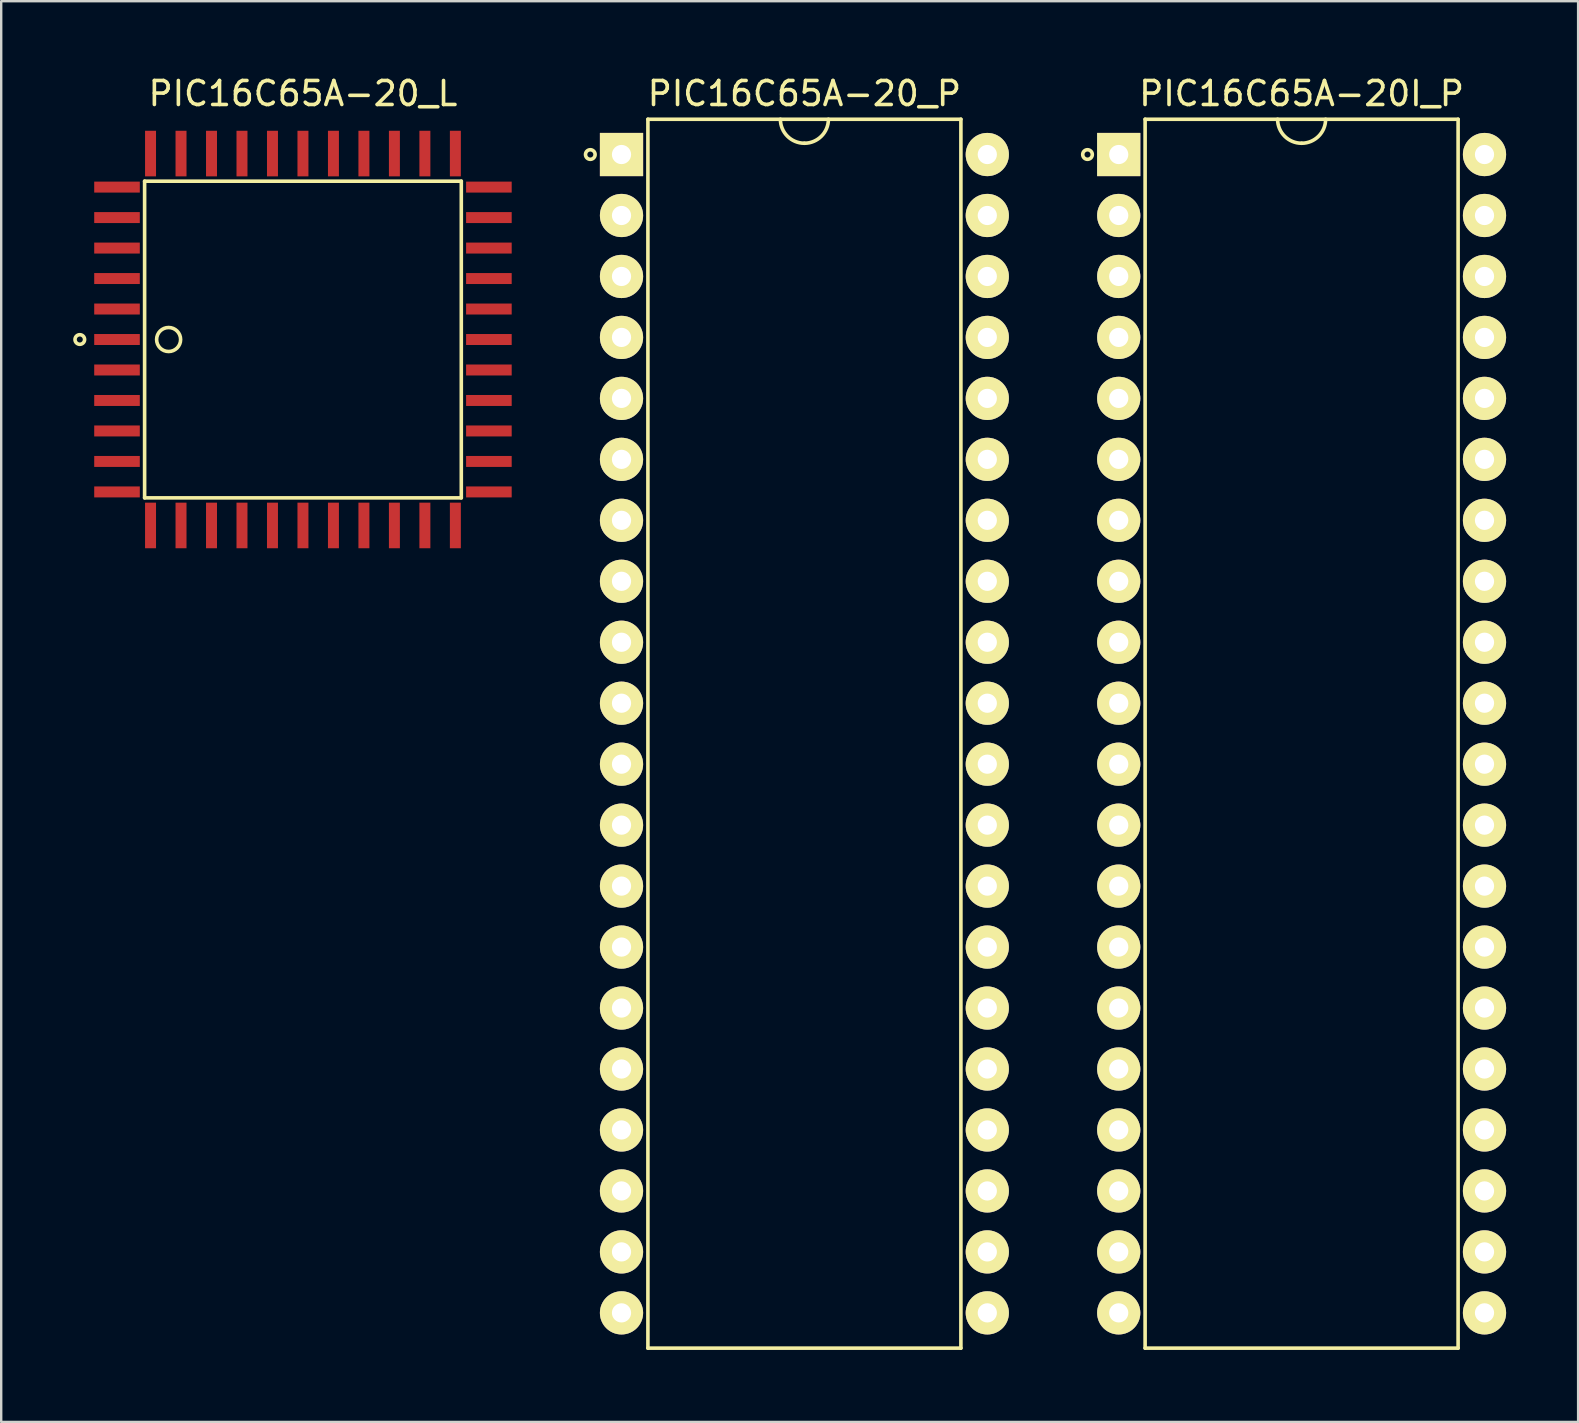
<source format=kicad_pcb>
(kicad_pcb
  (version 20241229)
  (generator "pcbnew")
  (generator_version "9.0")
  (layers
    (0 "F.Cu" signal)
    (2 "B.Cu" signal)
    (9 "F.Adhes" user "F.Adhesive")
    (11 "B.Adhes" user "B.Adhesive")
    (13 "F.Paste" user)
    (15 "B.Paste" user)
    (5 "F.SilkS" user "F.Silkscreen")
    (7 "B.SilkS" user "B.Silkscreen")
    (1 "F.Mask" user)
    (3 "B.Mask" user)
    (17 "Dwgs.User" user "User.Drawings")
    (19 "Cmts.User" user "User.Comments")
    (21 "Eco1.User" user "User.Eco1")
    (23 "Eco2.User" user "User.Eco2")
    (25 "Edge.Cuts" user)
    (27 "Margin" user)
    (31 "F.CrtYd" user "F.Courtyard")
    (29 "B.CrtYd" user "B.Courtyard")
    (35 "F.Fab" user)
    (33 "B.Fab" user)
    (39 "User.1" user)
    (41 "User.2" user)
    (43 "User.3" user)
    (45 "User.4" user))
  (footprint "PIC16C65A-20_P"
    (layer "F.Cu")
    (at 22.844 3.388)
    (property "Reference" "PIC16C65A-20_P" (at 7.62 -2.54 0) (layer "F.SilkS") (effects (font (size 1 1) (thickness 0.15))))
    (attr through_hole)
    (fp_line (start 1.1 -1.47) (end 14.14 -1.47) (stroke (width 0.15) (type solid)) (layer "F.SilkS"))
    (fp_line (start 1.1 49.73) (end 1.1 -1.47) (stroke (width 0.15) (type solid)) (layer "F.SilkS"))
    (fp_line (start 14.14 -1.47) (end 14.14 49.73) (stroke (width 0.15) (type solid)) (layer "F.SilkS"))
    (fp_line (start 14.14 49.73) (end 1.1 49.73) (stroke (width 0.15) (type solid)) (layer "F.SilkS"))
    (fp_arc (start 7.62 -0.47) (mid 6.912893 -0.762893) (end 6.62 -1.47) (stroke (width 0.15) (type solid)) (layer "F.SilkS"))
    (fp_arc (start 8.62 -1.47) (mid 8.327107 -0.762893) (end 7.62 -0.47) (stroke (width 0.15) (type solid)) (layer "F.SilkS"))
    (fp_circle (center -1.3 0) (end -1.3 0.2) (stroke (width 0.15) (type solid)) (fill no) (layer "F.SilkS"))
    (pad "1" thru_hole rect (at 0 0) (size 1.8 1.8) (drill 0.8) (layers "*.Cu" "*.Mask" "F.SilkS"))
    (pad "2" thru_hole circle (at 0 2.54) (size 1.8 1.8) (drill 0.8) (layers "*.Cu" "*.Mask" "F.SilkS"))
    (pad "3" thru_hole circle (at 0 5.08) (size 1.8 1.8) (drill 0.8) (layers "*.Cu" "*.Mask" "F.SilkS"))
    (pad "4" thru_hole circle (at 0 7.62) (size 1.8 1.8) (drill 0.8) (layers "*.Cu" "*.Mask" "F.SilkS"))
    (pad "5" thru_hole circle (at 0 10.16) (size 1.8 1.8) (drill 0.8) (layers "*.Cu" "*.Mask" "F.SilkS"))
    (pad "6" thru_hole circle (at 0 12.7) (size 1.8 1.8) (drill 0.8) (layers "*.Cu" "*.Mask" "F.SilkS"))
    (pad "7" thru_hole circle (at 0 15.24) (size 1.8 1.8) (drill 0.8) (layers "*.Cu" "*.Mask" "F.SilkS"))
    (pad "8" thru_hole circle (at 0 17.78) (size 1.8 1.8) (drill 0.8) (layers "*.Cu" "*.Mask" "F.SilkS"))
    (pad "9" thru_hole circle (at 0 20.32) (size 1.8 1.8) (drill 0.8) (layers "*.Cu" "*.Mask" "F.SilkS"))
    (pad "10" thru_hole circle (at 0 22.86) (size 1.8 1.8) (drill 0.8) (layers "*.Cu" "*.Mask" "F.SilkS"))
    (pad "11" thru_hole circle (at 0 25.4) (size 1.8 1.8) (drill 0.8) (layers "*.Cu" "*.Mask" "F.SilkS"))
    (pad "12" thru_hole circle (at 0 27.94) (size 1.8 1.8) (drill 0.8) (layers "*.Cu" "*.Mask" "F.SilkS"))
    (pad "13" thru_hole circle (at 0 30.48) (size 1.8 1.8) (drill 0.8) (layers "*.Cu" "*.Mask" "F.SilkS"))
    (pad "14" thru_hole circle (at 0 33.02) (size 1.8 1.8) (drill 0.8) (layers "*.Cu" "*.Mask" "F.SilkS"))
    (pad "15" thru_hole circle (at 0 35.56) (size 1.8 1.8) (drill 0.8) (layers "*.Cu" "*.Mask" "F.SilkS"))
    (pad "16" thru_hole circle (at 0 38.1) (size 1.8 1.8) (drill 0.8) (layers "*.Cu" "*.Mask" "F.SilkS"))
    (pad "17" thru_hole circle (at 0 40.64) (size 1.8 1.8) (drill 0.8) (layers "*.Cu" "*.Mask" "F.SilkS"))
    (pad "18" thru_hole circle (at 0 43.18) (size 1.8 1.8) (drill 0.8) (layers "*.Cu" "*.Mask" "F.SilkS"))
    (pad "19" thru_hole circle (at 0 45.72) (size 1.8 1.8) (drill 0.8) (layers "*.Cu" "*.Mask" "F.SilkS"))
    (pad "20" thru_hole circle (at 0 48.26) (size 1.8 1.8) (drill 0.8) (layers "*.Cu" "*.Mask" "F.SilkS"))
    (pad "21" thru_hole circle (at 15.24 48.26) (size 1.8 1.8) (drill 0.8) (layers "*.Cu" "*.Mask" "F.SilkS"))
    (pad "22" thru_hole circle (at 15.24 45.72) (size 1.8 1.8) (drill 0.8) (layers "*.Cu" "*.Mask" "F.SilkS"))
    (pad "23" thru_hole circle (at 15.24 43.18) (size 1.8 1.8) (drill 0.8) (layers "*.Cu" "*.Mask" "F.SilkS"))
    (pad "24" thru_hole circle (at 15.24 40.64) (size 1.8 1.8) (drill 0.8) (layers "*.Cu" "*.Mask" "F.SilkS"))
    (pad "25" thru_hole circle (at 15.24 38.1) (size 1.8 1.8) (drill 0.8) (layers "*.Cu" "*.Mask" "F.SilkS"))
    (pad "26" thru_hole circle (at 15.24 35.56) (size 1.8 1.8) (drill 0.8) (layers "*.Cu" "*.Mask" "F.SilkS"))
    (pad "27" thru_hole circle (at 15.24 33.02) (size 1.8 1.8) (drill 0.8) (layers "*.Cu" "*.Mask" "F.SilkS"))
    (pad "28" thru_hole circle (at 15.24 30.48) (size 1.8 1.8) (drill 0.8) (layers "*.Cu" "*.Mask" "F.SilkS"))
    (pad "29" thru_hole circle (at 15.24 27.94) (size 1.8 1.8) (drill 0.8) (layers "*.Cu" "*.Mask" "F.SilkS"))
    (pad "30" thru_hole circle (at 15.24 25.4) (size 1.8 1.8) (drill 0.8) (layers "*.Cu" "*.Mask" "F.SilkS"))
    (pad "31" thru_hole circle (at 15.24 22.86) (size 1.8 1.8) (drill 0.8) (layers "*.Cu" "*.Mask" "F.SilkS"))
    (pad "32" thru_hole circle (at 15.24 20.32) (size 1.8 1.8) (drill 0.8) (layers "*.Cu" "*.Mask" "F.SilkS"))
    (pad "33" thru_hole circle (at 15.24 17.78) (size 1.8 1.8) (drill 0.8) (layers "*.Cu" "*.Mask" "F.SilkS"))
    (pad "34" thru_hole circle (at 15.24 15.24) (size 1.8 1.8) (drill 0.8) (layers "*.Cu" "*.Mask" "F.SilkS"))
    (pad "35" thru_hole circle (at 15.24 12.7) (size 1.8 1.8) (drill 0.8) (layers "*.Cu" "*.Mask" "F.SilkS"))
    (pad "36" thru_hole circle (at 15.24 10.16) (size 1.8 1.8) (drill 0.8) (layers "*.Cu" "*.Mask" "F.SilkS"))
    (pad "37" thru_hole circle (at 15.24 7.62) (size 1.8 1.8) (drill 0.8) (layers "*.Cu" "*.Mask" "F.SilkS"))
    (pad "38" thru_hole circle (at 15.24 5.08) (size 1.8 1.8) (drill 0.8) (layers "*.Cu" "*.Mask" "F.SilkS"))
    (pad "39" thru_hole circle (at 15.24 2.54) (size 1.8 1.8) (drill 0.8) (layers "*.Cu" "*.Mask" "F.SilkS"))
    (pad "40" thru_hole circle (at 15.24 0) (size 1.8 1.8) (drill 0.8) (layers "*.Cu" "*.Mask" "F.SilkS")))
  (footprint "PIC16C65A-20I_P"
    (layer "F.Cu")
    (at 43.559 3.388)
    (property "Reference" "PIC16C65A-20I_P" (at 7.62 -2.54 0) (layer "F.SilkS") (effects (font (size 1 1) (thickness 0.15))))
    (attr through_hole)
    (fp_line (start 1.1 -1.47) (end 14.14 -1.47) (stroke (width 0.15) (type solid)) (layer "F.SilkS"))
    (fp_line (start 1.1 49.73) (end 1.1 -1.47) (stroke (width 0.15) (type solid)) (layer "F.SilkS"))
    (fp_line (start 14.14 -1.47) (end 14.14 49.73) (stroke (width 0.15) (type solid)) (layer "F.SilkS"))
    (fp_line (start 14.14 49.73) (end 1.1 49.73) (stroke (width 0.15) (type solid)) (layer "F.SilkS"))
    (fp_arc (start 7.62 -0.47) (mid 6.912893 -0.762893) (end 6.62 -1.47) (stroke (width 0.15) (type solid)) (layer "F.SilkS"))
    (fp_arc (start 8.62 -1.47) (mid 8.327107 -0.762893) (end 7.62 -0.47) (stroke (width 0.15) (type solid)) (layer "F.SilkS"))
    (fp_circle (center -1.3 0) (end -1.3 0.2) (stroke (width 0.15) (type solid)) (fill no) (layer "F.SilkS"))
    (pad "1" thru_hole rect (at 0 0) (size 1.8 1.8) (drill 0.8) (layers "*.Cu" "*.Mask" "F.SilkS"))
    (pad "2" thru_hole circle (at 0 2.54) (size 1.8 1.8) (drill 0.8) (layers "*.Cu" "*.Mask" "F.SilkS"))
    (pad "3" thru_hole circle (at 0 5.08) (size 1.8 1.8) (drill 0.8) (layers "*.Cu" "*.Mask" "F.SilkS"))
    (pad "4" thru_hole circle (at 0 7.62) (size 1.8 1.8) (drill 0.8) (layers "*.Cu" "*.Mask" "F.SilkS"))
    (pad "5" thru_hole circle (at 0 10.16) (size 1.8 1.8) (drill 0.8) (layers "*.Cu" "*.Mask" "F.SilkS"))
    (pad "6" thru_hole circle (at 0 12.7) (size 1.8 1.8) (drill 0.8) (layers "*.Cu" "*.Mask" "F.SilkS"))
    (pad "7" thru_hole circle (at 0 15.24) (size 1.8 1.8) (drill 0.8) (layers "*.Cu" "*.Mask" "F.SilkS"))
    (pad "8" thru_hole circle (at 0 17.78) (size 1.8 1.8) (drill 0.8) (layers "*.Cu" "*.Mask" "F.SilkS"))
    (pad "9" thru_hole circle (at 0 20.32) (size 1.8 1.8) (drill 0.8) (layers "*.Cu" "*.Mask" "F.SilkS"))
    (pad "10" thru_hole circle (at 0 22.86) (size 1.8 1.8) (drill 0.8) (layers "*.Cu" "*.Mask" "F.SilkS"))
    (pad "11" thru_hole circle (at 0 25.4) (size 1.8 1.8) (drill 0.8) (layers "*.Cu" "*.Mask" "F.SilkS"))
    (pad "12" thru_hole circle (at 0 27.94) (size 1.8 1.8) (drill 0.8) (layers "*.Cu" "*.Mask" "F.SilkS"))
    (pad "13" thru_hole circle (at 0 30.48) (size 1.8 1.8) (drill 0.8) (layers "*.Cu" "*.Mask" "F.SilkS"))
    (pad "14" thru_hole circle (at 0 33.02) (size 1.8 1.8) (drill 0.8) (layers "*.Cu" "*.Mask" "F.SilkS"))
    (pad "15" thru_hole circle (at 0 35.56) (size 1.8 1.8) (drill 0.8) (layers "*.Cu" "*.Mask" "F.SilkS"))
    (pad "16" thru_hole circle (at 0 38.1) (size 1.8 1.8) (drill 0.8) (layers "*.Cu" "*.Mask" "F.SilkS"))
    (pad "17" thru_hole circle (at 0 40.64) (size 1.8 1.8) (drill 0.8) (layers "*.Cu" "*.Mask" "F.SilkS"))
    (pad "18" thru_hole circle (at 0 43.18) (size 1.8 1.8) (drill 0.8) (layers "*.Cu" "*.Mask" "F.SilkS"))
    (pad "19" thru_hole circle (at 0 45.72) (size 1.8 1.8) (drill 0.8) (layers "*.Cu" "*.Mask" "F.SilkS"))
    (pad "20" thru_hole circle (at 0 48.26) (size 1.8 1.8) (drill 0.8) (layers "*.Cu" "*.Mask" "F.SilkS"))
    (pad "21" thru_hole circle (at 15.24 48.26) (size 1.8 1.8) (drill 0.8) (layers "*.Cu" "*.Mask" "F.SilkS"))
    (pad "22" thru_hole circle (at 15.24 45.72) (size 1.8 1.8) (drill 0.8) (layers "*.Cu" "*.Mask" "F.SilkS"))
    (pad "23" thru_hole circle (at 15.24 43.18) (size 1.8 1.8) (drill 0.8) (layers "*.Cu" "*.Mask" "F.SilkS"))
    (pad "24" thru_hole circle (at 15.24 40.64) (size 1.8 1.8) (drill 0.8) (layers "*.Cu" "*.Mask" "F.SilkS"))
    (pad "25" thru_hole circle (at 15.24 38.1) (size 1.8 1.8) (drill 0.8) (layers "*.Cu" "*.Mask" "F.SilkS"))
    (pad "26" thru_hole circle (at 15.24 35.56) (size 1.8 1.8) (drill 0.8) (layers "*.Cu" "*.Mask" "F.SilkS"))
    (pad "27" thru_hole circle (at 15.24 33.02) (size 1.8 1.8) (drill 0.8) (layers "*.Cu" "*.Mask" "F.SilkS"))
    (pad "28" thru_hole circle (at 15.24 30.48) (size 1.8 1.8) (drill 0.8) (layers "*.Cu" "*.Mask" "F.SilkS"))
    (pad "29" thru_hole circle (at 15.24 27.94) (size 1.8 1.8) (drill 0.8) (layers "*.Cu" "*.Mask" "F.SilkS"))
    (pad "30" thru_hole circle (at 15.24 25.4) (size 1.8 1.8) (drill 0.8) (layers "*.Cu" "*.Mask" "F.SilkS"))
    (pad "31" thru_hole circle (at 15.24 22.86) (size 1.8 1.8) (drill 0.8) (layers "*.Cu" "*.Mask" "F.SilkS"))
    (pad "32" thru_hole circle (at 15.24 20.32) (size 1.8 1.8) (drill 0.8) (layers "*.Cu" "*.Mask" "F.SilkS"))
    (pad "33" thru_hole circle (at 15.24 17.78) (size 1.8 1.8) (drill 0.8) (layers "*.Cu" "*.Mask" "F.SilkS"))
    (pad "34" thru_hole circle (at 15.24 15.24) (size 1.8 1.8) (drill 0.8) (layers "*.Cu" "*.Mask" "F.SilkS"))
    (pad "35" thru_hole circle (at 15.24 12.7) (size 1.8 1.8) (drill 0.8) (layers "*.Cu" "*.Mask" "F.SilkS"))
    (pad "36" thru_hole circle (at 15.24 10.16) (size 1.8 1.8) (drill 0.8) (layers "*.Cu" "*.Mask" "F.SilkS"))
    (pad "37" thru_hole circle (at 15.24 7.62) (size 1.8 1.8) (drill 0.8) (layers "*.Cu" "*.Mask" "F.SilkS"))
    (pad "38" thru_hole circle (at 15.24 5.08) (size 1.8 1.8) (drill 0.8) (layers "*.Cu" "*.Mask" "F.SilkS"))
    (pad "39" thru_hole circle (at 15.24 2.54) (size 1.8 1.8) (drill 0.8) (layers "*.Cu" "*.Mask" "F.SilkS"))
    (pad "40" thru_hole circle (at 15.24 0) (size 1.8 1.8) (drill 0.8) (layers "*.Cu" "*.Mask" "F.SilkS")))
  (footprint "PIC16C65A-20_L"
    (layer "F.Cu")
    (at 1.825 3.348)
    (property "Reference" "PIC16C65A-20_L" (at 7.747 -2.5 0) (layer "F.SilkS") (effects (font (size 1 1) (thickness 0.15))))
    (attr through_hole)
    (fp_line (start 1.15 1.15) (end 1.15 14.344) (stroke (width 0.15) (type solid)) (layer "F.SilkS"))
    (fp_line (start 1.15 1.15) (end 14.344 1.15) (stroke (width 0.15) (type solid)) (layer "F.SilkS"))
    (fp_line (start 1.15 14.344) (end 14.344 14.344) (stroke (width 0.15) (type solid)) (layer "F.SilkS"))
    (fp_line (start 14.344 14.344) (end 14.344 1.15) (stroke (width 0.15) (type solid)) (layer "F.SilkS"))
    (fp_circle (center -1.55 7.747) (end -1.55 7.547) (stroke (width 0.15) (type solid)) (fill no) (layer "F.SilkS"))
    (fp_circle (center 2.15 7.747) (end 2.15 7.247) (stroke (width 0.15) (type solid)) (fill no) (layer "F.SilkS"))
    (pad "1" smd rect (at 0 7.747) (size 1.9 0.457) (layers "F.Cu" "F.Mask" "F.Paste"))
    (pad "2" smd rect (at 0 9.017) (size 1.9 0.457) (layers "F.Cu" "F.Mask" "F.Paste"))
    (pad "3" smd rect (at 0 10.287) (size 1.9 0.457) (layers "F.Cu" "F.Mask" "F.Paste"))
    (pad "4" smd rect (at 0 11.557) (size 1.9 0.457) (layers "F.Cu" "F.Mask" "F.Paste"))
    (pad "5" smd rect (at 0 12.827) (size 1.9 0.457) (layers "F.Cu" "F.Mask" "F.Paste"))
    (pad "6" smd rect (at 0 14.097) (size 1.9 0.457) (layers "F.Cu" "F.Mask" "F.Paste"))
    (pad "7" smd rect (at 1.397 15.494) (size 0.457 1.9) (layers "F.Cu" "F.Mask" "F.Paste"))
    (pad "8" smd rect (at 2.667 15.494) (size 0.457 1.9) (layers "F.Cu" "F.Mask" "F.Paste"))
    (pad "9" smd rect (at 3.937 15.494) (size 0.457 1.9) (layers "F.Cu" "F.Mask" "F.Paste"))
    (pad "10" smd rect (at 5.207 15.494) (size 0.457 1.9) (layers "F.Cu" "F.Mask" "F.Paste"))
    (pad "11" smd rect (at 6.477 15.494) (size 0.457 1.9) (layers "F.Cu" "F.Mask" "F.Paste"))
    (pad "12" smd rect (at 7.747 15.494) (size 0.457 1.9) (layers "F.Cu" "F.Mask" "F.Paste"))
    (pad "13" smd rect (at 9.017 15.494) (size 0.457 1.9) (layers "F.Cu" "F.Mask" "F.Paste"))
    (pad "14" smd rect (at 10.287 15.494) (size 0.457 1.9) (layers "F.Cu" "F.Mask" "F.Paste"))
    (pad "15" smd rect (at 11.557 15.494) (size 0.457 1.9) (layers "F.Cu" "F.Mask" "F.Paste"))
    (pad "16" smd rect (at 12.827 15.494) (size 0.457 1.9) (layers "F.Cu" "F.Mask" "F.Paste"))
    (pad "17" smd rect (at 14.097 15.494) (size 0.457 1.9) (layers "F.Cu" "F.Mask" "F.Paste"))
    (pad "18" smd rect (at 15.494 14.097) (size 1.9 0.457) (layers "F.Cu" "F.Mask" "F.Paste"))
    (pad "19" smd rect (at 15.494 12.827) (size 1.9 0.457) (layers "F.Cu" "F.Mask" "F.Paste"))
    (pad "20" smd rect (at 15.494 11.557) (size 1.9 0.457) (layers "F.Cu" "F.Mask" "F.Paste"))
    (pad "21" smd rect (at 15.494 10.287) (size 1.9 0.457) (layers "F.Cu" "F.Mask" "F.Paste"))
    (pad "22" smd rect (at 15.494 9.017) (size 1.9 0.457) (layers "F.Cu" "F.Mask" "F.Paste"))
    (pad "23" smd rect (at 15.494 7.747) (size 1.9 0.457) (layers "F.Cu" "F.Mask" "F.Paste"))
    (pad "24" smd rect (at 15.494 6.477) (size 1.9 0.457) (layers "F.Cu" "F.Mask" "F.Paste"))
    (pad "25" smd rect (at 15.494 5.207) (size 1.9 0.457) (layers "F.Cu" "F.Mask" "F.Paste"))
    (pad "26" smd rect (at 15.494 3.937) (size 1.9 0.457) (layers "F.Cu" "F.Mask" "F.Paste"))
    (pad "27" smd rect (at 15.494 2.667) (size 1.9 0.457) (layers "F.Cu" "F.Mask" "F.Paste"))
    (pad "28" smd rect (at 15.494 1.397) (size 1.9 0.457) (layers "F.Cu" "F.Mask" "F.Paste"))
    (pad "29" smd rect (at 14.097 0) (size 0.457 1.9) (layers "F.Cu" "F.Mask" "F.Paste"))
    (pad "30" smd rect (at 12.827 0) (size 0.457 1.9) (layers "F.Cu" "F.Mask" "F.Paste"))
    (pad "31" smd rect (at 11.557 0) (size 0.457 1.9) (layers "F.Cu" "F.Mask" "F.Paste"))
    (pad "32" smd rect (at 10.287 0) (size 0.457 1.9) (layers "F.Cu" "F.Mask" "F.Paste"))
    (pad "33" smd rect (at 9.017 0) (size 0.457 1.9) (layers "F.Cu" "F.Mask" "F.Paste"))
    (pad "34" smd rect (at 7.747 0) (size 0.457 1.9) (layers "F.Cu" "F.Mask" "F.Paste"))
    (pad "35" smd rect (at 6.477 0) (size 0.457 1.9) (layers "F.Cu" "F.Mask" "F.Paste"))
    (pad "36" smd rect (at 5.207 0) (size 0.457 1.9) (layers "F.Cu" "F.Mask" "F.Paste"))
    (pad "37" smd rect (at 3.937 0) (size 0.457 1.9) (layers "F.Cu" "F.Mask" "F.Paste"))
    (pad "38" smd rect (at 2.667 0) (size 0.457 1.9) (layers "F.Cu" "F.Mask" "F.Paste"))
    (pad "39" smd rect (at 1.397 0) (size 0.457 1.9) (layers "F.Cu" "F.Mask" "F.Paste"))
    (pad "40" smd rect (at 0 1.397) (size 1.9 0.457) (layers "F.Cu" "F.Mask" "F.Paste"))
    (pad "41" smd rect (at 0 2.667) (size 1.9 0.457) (layers "F.Cu" "F.Mask" "F.Paste"))
    (pad "42" smd rect (at 0 3.937) (size 1.9 0.457) (layers "F.Cu" "F.Mask" "F.Paste"))
    (pad "43" smd rect (at 0 5.207) (size 1.9 0.457) (layers "F.Cu" "F.Mask" "F.Paste"))
    (pad "44" smd rect (at 0 6.477) (size 1.9 0.457) (layers "F.Cu" "F.Mask" "F.Paste")))
  (gr_rect
    (start -3 -3)
    (end 62.699 56.193)
    (stroke (width 0.1) (type default))
    (fill no)
    (layer "Edge.Cuts")))
</source>
